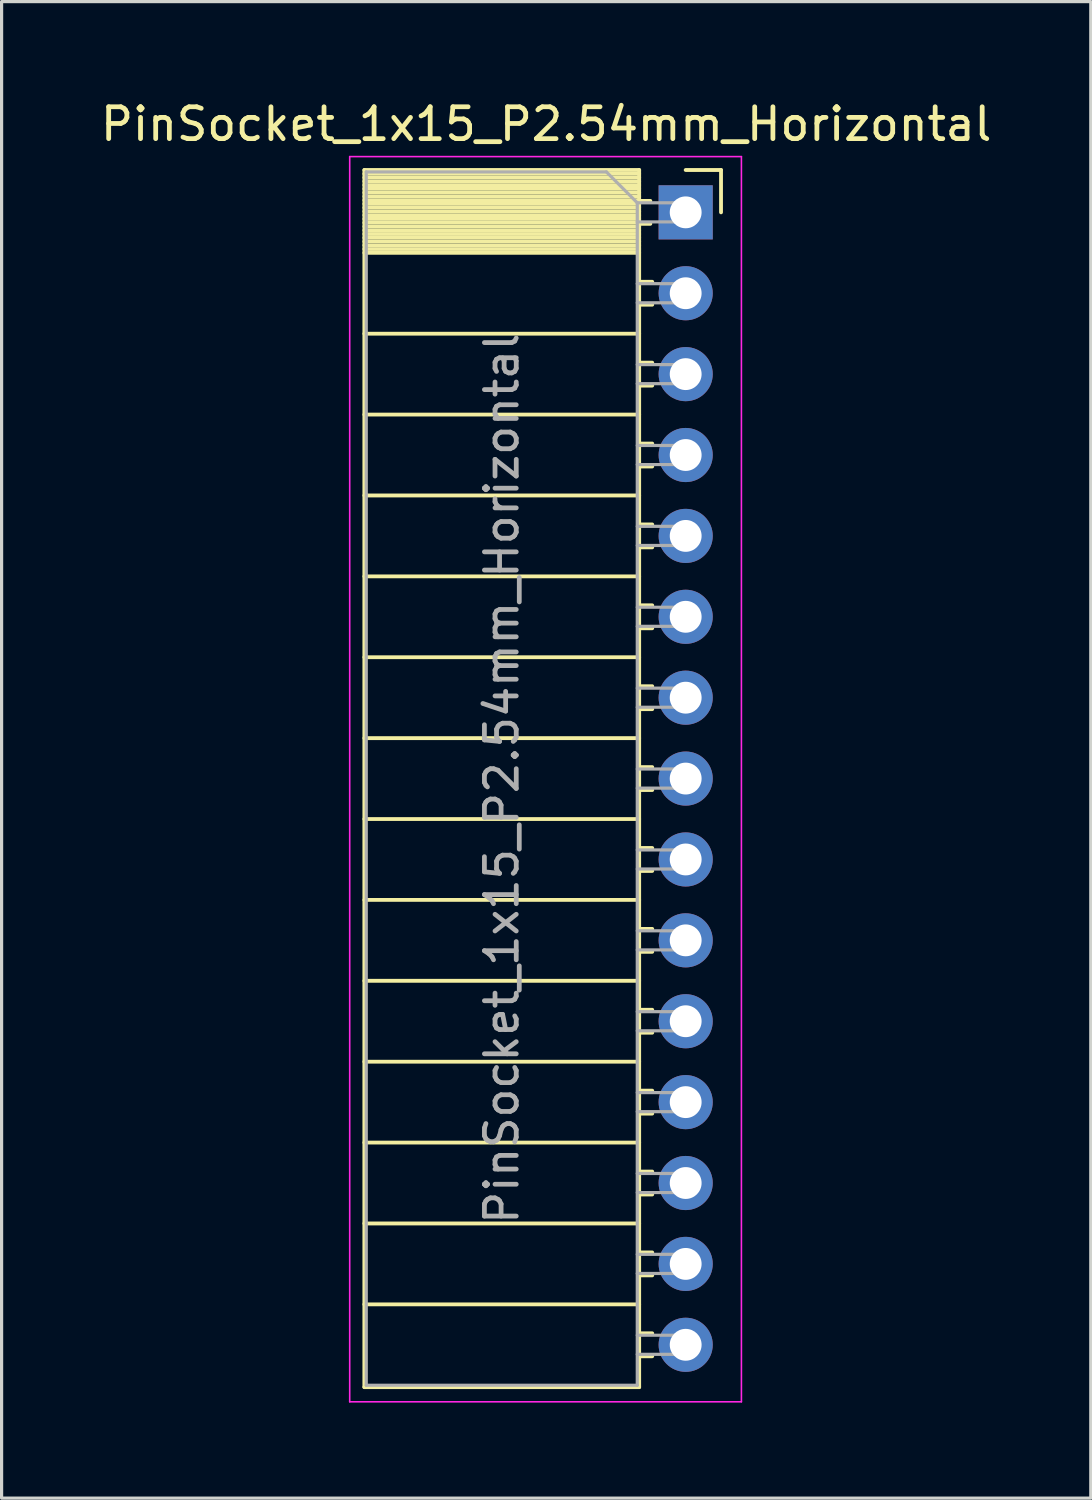
<source format=kicad_pcb>
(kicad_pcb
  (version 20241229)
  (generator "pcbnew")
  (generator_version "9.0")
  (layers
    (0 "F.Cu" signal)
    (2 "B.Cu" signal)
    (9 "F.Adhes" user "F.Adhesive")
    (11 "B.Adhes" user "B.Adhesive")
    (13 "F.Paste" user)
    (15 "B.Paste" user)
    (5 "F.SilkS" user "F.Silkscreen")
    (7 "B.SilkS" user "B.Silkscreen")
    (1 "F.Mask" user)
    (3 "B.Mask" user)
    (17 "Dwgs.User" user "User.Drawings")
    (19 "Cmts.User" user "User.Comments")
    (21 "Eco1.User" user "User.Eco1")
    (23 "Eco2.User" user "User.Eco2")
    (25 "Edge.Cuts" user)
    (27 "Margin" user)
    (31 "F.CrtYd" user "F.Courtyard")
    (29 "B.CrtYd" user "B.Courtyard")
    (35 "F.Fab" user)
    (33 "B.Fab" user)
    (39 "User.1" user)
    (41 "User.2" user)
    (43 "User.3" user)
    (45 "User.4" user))
  (footprint "PinSocket_1x15_P2.54mm_Horizontal"
    (layer "F.Cu")
    (at 18.481 3.618)
    (property "Reference" "PinSocket_1x15_P2.54mm_Horizontal" (at -4.38 -2.77 0) (layer "F.SilkS") (effects (font (size 1 1) (thickness 0.15))))
    (attr through_hole)
    (fp_line (start -10.09 -1.33) (end -10.09 36.89) (stroke (width 0.12) (type solid)) (layer "F.SilkS"))
    (fp_line (start -10.09 -1.33) (end -1.46 -1.33) (stroke (width 0.12) (type solid)) (layer "F.SilkS"))
    (fp_line (start -10.09 -1.21) (end -1.46 -1.21) (stroke (width 0.12) (type solid)) (layer "F.SilkS"))
    (fp_line (start -10.09 -1.092) (end -1.46 -1.092) (stroke (width 0.12) (type solid)) (layer "F.SilkS"))
    (fp_line (start -10.09 -0.974) (end -1.46 -0.974) (stroke (width 0.12) (type solid)) (layer "F.SilkS"))
    (fp_line (start -10.09 -0.856) (end -1.46 -0.856) (stroke (width 0.12) (type solid)) (layer "F.SilkS"))
    (fp_line (start -10.09 -0.738) (end -1.46 -0.738) (stroke (width 0.12) (type solid)) (layer "F.SilkS"))
    (fp_line (start -10.09 -0.62) (end -1.46 -0.62) (stroke (width 0.12) (type solid)) (layer "F.SilkS"))
    (fp_line (start -10.09 -0.501) (end -1.46 -0.501) (stroke (width 0.12) (type solid)) (layer "F.SilkS"))
    (fp_line (start -10.09 -0.383) (end -1.46 -0.383) (stroke (width 0.12) (type solid)) (layer "F.SilkS"))
    (fp_line (start -10.09 -0.265) (end -1.46 -0.265) (stroke (width 0.12) (type solid)) (layer "F.SilkS"))
    (fp_line (start -10.09 -0.147) (end -1.46 -0.147) (stroke (width 0.12) (type solid)) (layer "F.SilkS"))
    (fp_line (start -10.09 -0.029) (end -1.46 -0.029) (stroke (width 0.12) (type solid)) (layer "F.SilkS"))
    (fp_line (start -10.09 0.089) (end -1.46 0.089) (stroke (width 0.12) (type solid)) (layer "F.SilkS"))
    (fp_line (start -10.09 0.207) (end -1.46 0.207) (stroke (width 0.12) (type solid)) (layer "F.SilkS"))
    (fp_line (start -10.09 0.325) (end -1.46 0.325) (stroke (width 0.12) (type solid)) (layer "F.SilkS"))
    (fp_line (start -10.09 0.443) (end -1.46 0.443) (stroke (width 0.12) (type solid)) (layer "F.SilkS"))
    (fp_line (start -10.09 0.561) (end -1.46 0.561) (stroke (width 0.12) (type solid)) (layer "F.SilkS"))
    (fp_line (start -10.09 0.68) (end -1.46 0.68) (stroke (width 0.12) (type solid)) (layer "F.SilkS"))
    (fp_line (start -10.09 0.798) (end -1.46 0.798) (stroke (width 0.12) (type solid)) (layer "F.SilkS"))
    (fp_line (start -10.09 0.916) (end -1.46 0.916) (stroke (width 0.12) (type solid)) (layer "F.SilkS"))
    (fp_line (start -10.09 1.034) (end -1.46 1.034) (stroke (width 0.12) (type solid)) (layer "F.SilkS"))
    (fp_line (start -10.09 1.152) (end -1.46 1.152) (stroke (width 0.12) (type solid)) (layer "F.SilkS"))
    (fp_line (start -10.09 1.27) (end -1.46 1.27) (stroke (width 0.12) (type solid)) (layer "F.SilkS"))
    (fp_line (start -10.09 3.81) (end -1.46 3.81) (stroke (width 0.12) (type solid)) (layer "F.SilkS"))
    (fp_line (start -10.09 6.35) (end -1.46 6.35) (stroke (width 0.12) (type solid)) (layer "F.SilkS"))
    (fp_line (start -10.09 8.89) (end -1.46 8.89) (stroke (width 0.12) (type solid)) (layer "F.SilkS"))
    (fp_line (start -10.09 11.43) (end -1.46 11.43) (stroke (width 0.12) (type solid)) (layer "F.SilkS"))
    (fp_line (start -10.09 13.97) (end -1.46 13.97) (stroke (width 0.12) (type solid)) (layer "F.SilkS"))
    (fp_line (start -10.09 16.51) (end -1.46 16.51) (stroke (width 0.12) (type solid)) (layer "F.SilkS"))
    (fp_line (start -10.09 19.05) (end -1.46 19.05) (stroke (width 0.12) (type solid)) (layer "F.SilkS"))
    (fp_line (start -10.09 21.59) (end -1.46 21.59) (stroke (width 0.12) (type solid)) (layer "F.SilkS"))
    (fp_line (start -10.09 24.13) (end -1.46 24.13) (stroke (width 0.12) (type solid)) (layer "F.SilkS"))
    (fp_line (start -10.09 26.67) (end -1.46 26.67) (stroke (width 0.12) (type solid)) (layer "F.SilkS"))
    (fp_line (start -10.09 29.21) (end -1.46 29.21) (stroke (width 0.12) (type solid)) (layer "F.SilkS"))
    (fp_line (start -10.09 31.75) (end -1.46 31.75) (stroke (width 0.12) (type solid)) (layer "F.SilkS"))
    (fp_line (start -10.09 34.29) (end -1.46 34.29) (stroke (width 0.12) (type solid)) (layer "F.SilkS"))
    (fp_line (start -10.09 36.89) (end -1.46 36.89) (stroke (width 0.12) (type solid)) (layer "F.SilkS"))
    (fp_line (start -1.46 -1.33) (end -1.46 36.89) (stroke (width 0.12) (type solid)) (layer "F.SilkS"))
    (fp_line (start -1.46 -0.36) (end -1.11 -0.36) (stroke (width 0.12) (type solid)) (layer "F.SilkS"))
    (fp_line (start -1.46 0.36) (end -1.11 0.36) (stroke (width 0.12) (type solid)) (layer "F.SilkS"))
    (fp_line (start -1.46 2.18) (end -1.05 2.18) (stroke (width 0.12) (type solid)) (layer "F.SilkS"))
    (fp_line (start -1.46 2.9) (end -1.05 2.9) (stroke (width 0.12) (type solid)) (layer "F.SilkS"))
    (fp_line (start -1.46 4.72) (end -1.05 4.72) (stroke (width 0.12) (type solid)) (layer "F.SilkS"))
    (fp_line (start -1.46 5.44) (end -1.05 5.44) (stroke (width 0.12) (type solid)) (layer "F.SilkS"))
    (fp_line (start -1.46 7.26) (end -1.05 7.26) (stroke (width 0.12) (type solid)) (layer "F.SilkS"))
    (fp_line (start -1.46 7.98) (end -1.05 7.98) (stroke (width 0.12) (type solid)) (layer "F.SilkS"))
    (fp_line (start -1.46 9.8) (end -1.05 9.8) (stroke (width 0.12) (type solid)) (layer "F.SilkS"))
    (fp_line (start -1.46 10.52) (end -1.05 10.52) (stroke (width 0.12) (type solid)) (layer "F.SilkS"))
    (fp_line (start -1.46 12.34) (end -1.05 12.34) (stroke (width 0.12) (type solid)) (layer "F.SilkS"))
    (fp_line (start -1.46 13.06) (end -1.05 13.06) (stroke (width 0.12) (type solid)) (layer "F.SilkS"))
    (fp_line (start -1.46 14.88) (end -1.05 14.88) (stroke (width 0.12) (type solid)) (layer "F.SilkS"))
    (fp_line (start -1.46 15.6) (end -1.05 15.6) (stroke (width 0.12) (type solid)) (layer "F.SilkS"))
    (fp_line (start -1.46 17.42) (end -1.05 17.42) (stroke (width 0.12) (type solid)) (layer "F.SilkS"))
    (fp_line (start -1.46 18.14) (end -1.05 18.14) (stroke (width 0.12) (type solid)) (layer "F.SilkS"))
    (fp_line (start -1.46 19.96) (end -1.05 19.96) (stroke (width 0.12) (type solid)) (layer "F.SilkS"))
    (fp_line (start -1.46 20.68) (end -1.05 20.68) (stroke (width 0.12) (type solid)) (layer "F.SilkS"))
    (fp_line (start -1.46 22.5) (end -1.05 22.5) (stroke (width 0.12) (type solid)) (layer "F.SilkS"))
    (fp_line (start -1.46 23.22) (end -1.05 23.22) (stroke (width 0.12) (type solid)) (layer "F.SilkS"))
    (fp_line (start -1.46 25.04) (end -1.05 25.04) (stroke (width 0.12) (type solid)) (layer "F.SilkS"))
    (fp_line (start -1.46 25.76) (end -1.05 25.76) (stroke (width 0.12) (type solid)) (layer "F.SilkS"))
    (fp_line (start -1.46 27.58) (end -1.05 27.58) (stroke (width 0.12) (type solid)) (layer "F.SilkS"))
    (fp_line (start -1.46 28.3) (end -1.05 28.3) (stroke (width 0.12) (type solid)) (layer "F.SilkS"))
    (fp_line (start -1.46 30.12) (end -1.05 30.12) (stroke (width 0.12) (type solid)) (layer "F.SilkS"))
    (fp_line (start -1.46 30.84) (end -1.05 30.84) (stroke (width 0.12) (type solid)) (layer "F.SilkS"))
    (fp_line (start -1.46 32.66) (end -1.05 32.66) (stroke (width 0.12) (type solid)) (layer "F.SilkS"))
    (fp_line (start -1.46 33.38) (end -1.05 33.38) (stroke (width 0.12) (type solid)) (layer "F.SilkS"))
    (fp_line (start -1.46 35.2) (end -1.05 35.2) (stroke (width 0.12) (type solid)) (layer "F.SilkS"))
    (fp_line (start -1.46 35.92) (end -1.05 35.92) (stroke (width 0.12) (type solid)) (layer "F.SilkS"))
    (fp_line (start 0 -1.33) (end 1.11 -1.33) (stroke (width 0.12) (type solid)) (layer "F.SilkS"))
    (fp_line (start 1.11 -1.33) (end 1.11 0) (stroke (width 0.12) (type solid)) (layer "F.SilkS"))
    (fp_line (start -10.55 -1.75) (end -10.55 37.35) (stroke (width 0.05) (type solid)) (layer "F.CrtYd"))
    (fp_line (start -10.55 37.35) (end 1.75 37.35) (stroke (width 0.05) (type solid)) (layer "F.CrtYd"))
    (fp_line (start 1.75 -1.75) (end -10.55 -1.75) (stroke (width 0.05) (type solid)) (layer "F.CrtYd"))
    (fp_line (start 1.75 37.35) (end 1.75 -1.75) (stroke (width 0.05) (type solid)) (layer "F.CrtYd"))
    (fp_line (start -10.03 -1.27) (end -2.49 -1.27) (stroke (width 0.1) (type solid)) (layer "F.Fab"))
    (fp_line (start -10.03 36.83) (end -10.03 -1.27) (stroke (width 0.1) (type solid)) (layer "F.Fab"))
    (fp_line (start -2.49 -1.27) (end -1.52 -0.3) (stroke (width 0.1) (type solid)) (layer "F.Fab"))
    (fp_line (start -1.52 -0.3) (end -1.52 36.83) (stroke (width 0.1) (type solid)) (layer "F.Fab"))
    (fp_line (start -1.52 0.3) (end 0 0.3) (stroke (width 0.1) (type solid)) (layer "F.Fab"))
    (fp_line (start -1.52 2.84) (end 0 2.84) (stroke (width 0.1) (type solid)) (layer "F.Fab"))
    (fp_line (start -1.52 5.38) (end 0 5.38) (stroke (width 0.1) (type solid)) (layer "F.Fab"))
    (fp_line (start -1.52 7.92) (end 0 7.92) (stroke (width 0.1) (type solid)) (layer "F.Fab"))
    (fp_line (start -1.52 10.46) (end 0 10.46) (stroke (width 0.1) (type solid)) (layer "F.Fab"))
    (fp_line (start -1.52 13) (end 0 13) (stroke (width 0.1) (type solid)) (layer "F.Fab"))
    (fp_line (start -1.52 15.54) (end 0 15.54) (stroke (width 0.1) (type solid)) (layer "F.Fab"))
    (fp_line (start -1.52 18.08) (end 0 18.08) (stroke (width 0.1) (type solid)) (layer "F.Fab"))
    (fp_line (start -1.52 20.62) (end 0 20.62) (stroke (width 0.1) (type solid)) (layer "F.Fab"))
    (fp_line (start -1.52 23.16) (end 0 23.16) (stroke (width 0.1) (type solid)) (layer "F.Fab"))
    (fp_line (start -1.52 25.7) (end 0 25.7) (stroke (width 0.1) (type solid)) (layer "F.Fab"))
    (fp_line (start -1.52 28.24) (end 0 28.24) (stroke (width 0.1) (type solid)) (layer "F.Fab"))
    (fp_line (start -1.52 30.78) (end 0 30.78) (stroke (width 0.1) (type solid)) (layer "F.Fab"))
    (fp_line (start -1.52 33.32) (end 0 33.32) (stroke (width 0.1) (type solid)) (layer "F.Fab"))
    (fp_line (start -1.52 35.86) (end 0 35.86) (stroke (width 0.1) (type solid)) (layer "F.Fab"))
    (fp_line (start -1.52 36.83) (end -10.03 36.83) (stroke (width 0.1) (type solid)) (layer "F.Fab"))
    (fp_line (start 0 -0.3) (end -1.52 -0.3) (stroke (width 0.1) (type solid)) (layer "F.Fab"))
    (fp_line (start 0 0.3) (end 0 -0.3) (stroke (width 0.1) (type solid)) (layer "F.Fab"))
    (fp_line (start 0 2.24) (end -1.52 2.24) (stroke (width 0.1) (type solid)) (layer "F.Fab"))
    (fp_line (start 0 2.84) (end 0 2.24) (stroke (width 0.1) (type solid)) (layer "F.Fab"))
    (fp_line (start 0 4.78) (end -1.52 4.78) (stroke (width 0.1) (type solid)) (layer "F.Fab"))
    (fp_line (start 0 5.38) (end 0 4.78) (stroke (width 0.1) (type solid)) (layer "F.Fab"))
    (fp_line (start 0 7.32) (end -1.52 7.32) (stroke (width 0.1) (type solid)) (layer "F.Fab"))
    (fp_line (start 0 7.92) (end 0 7.32) (stroke (width 0.1) (type solid)) (layer "F.Fab"))
    (fp_line (start 0 9.86) (end -1.52 9.86) (stroke (width 0.1) (type solid)) (layer "F.Fab"))
    (fp_line (start 0 10.46) (end 0 9.86) (stroke (width 0.1) (type solid)) (layer "F.Fab"))
    (fp_line (start 0 12.4) (end -1.52 12.4) (stroke (width 0.1) (type solid)) (layer "F.Fab"))
    (fp_line (start 0 13) (end 0 12.4) (stroke (width 0.1) (type solid)) (layer "F.Fab"))
    (fp_line (start 0 14.94) (end -1.52 14.94) (stroke (width 0.1) (type solid)) (layer "F.Fab"))
    (fp_line (start 0 15.54) (end 0 14.94) (stroke (width 0.1) (type solid)) (layer "F.Fab"))
    (fp_line (start 0 17.48) (end -1.52 17.48) (stroke (width 0.1) (type solid)) (layer "F.Fab"))
    (fp_line (start 0 18.08) (end 0 17.48) (stroke (width 0.1) (type solid)) (layer "F.Fab"))
    (fp_line (start 0 20.02) (end -1.52 20.02) (stroke (width 0.1) (type solid)) (layer "F.Fab"))
    (fp_line (start 0 20.62) (end 0 20.02) (stroke (width 0.1) (type solid)) (layer "F.Fab"))
    (fp_line (start 0 22.56) (end -1.52 22.56) (stroke (width 0.1) (type solid)) (layer "F.Fab"))
    (fp_line (start 0 23.16) (end 0 22.56) (stroke (width 0.1) (type solid)) (layer "F.Fab"))
    (fp_line (start 0 25.1) (end -1.52 25.1) (stroke (width 0.1) (type solid)) (layer "F.Fab"))
    (fp_line (start 0 25.7) (end 0 25.1) (stroke (width 0.1) (type solid)) (layer "F.Fab"))
    (fp_line (start 0 27.64) (end -1.52 27.64) (stroke (width 0.1) (type solid)) (layer "F.Fab"))
    (fp_line (start 0 28.24) (end 0 27.64) (stroke (width 0.1) (type solid)) (layer "F.Fab"))
    (fp_line (start 0 30.18) (end -1.52 30.18) (stroke (width 0.1) (type solid)) (layer "F.Fab"))
    (fp_line (start 0 30.78) (end 0 30.18) (stroke (width 0.1) (type solid)) (layer "F.Fab"))
    (fp_line (start 0 32.72) (end -1.52 32.72) (stroke (width 0.1) (type solid)) (layer "F.Fab"))
    (fp_line (start 0 33.32) (end 0 32.72) (stroke (width 0.1) (type solid)) (layer "F.Fab"))
    (fp_line (start 0 35.26) (end -1.52 35.26) (stroke (width 0.1) (type solid)) (layer "F.Fab"))
    (fp_line (start 0 35.86) (end 0 35.26) (stroke (width 0.1) (type solid)) (layer "F.Fab"))
    (fp_text user "${REFERENCE}" (at -5.775 17.78 90) (layer "F.Fab") (effects (font (size 1 1) (thickness 0.15))))
    (pad "1" thru_hole rect (at 0 0) (size 1.7 1.7) (drill 1) (layers "*.Cu" "*.Mask"))
    (pad "2" thru_hole circle (at 0 2.54) (size 1.7 1.7) (drill 1) (layers "*.Cu" "*.Mask"))
    (pad "3" thru_hole circle (at 0 5.08) (size 1.7 1.7) (drill 1) (layers "*.Cu" "*.Mask"))
    (pad "4" thru_hole circle (at 0 7.62) (size 1.7 1.7) (drill 1) (layers "*.Cu" "*.Mask"))
    (pad "5" thru_hole circle (at 0 10.16) (size 1.7 1.7) (drill 1) (layers "*.Cu" "*.Mask"))
    (pad "6" thru_hole circle (at 0 12.7) (size 1.7 1.7) (drill 1) (layers "*.Cu" "*.Mask"))
    (pad "7" thru_hole circle (at 0 15.24) (size 1.7 1.7) (drill 1) (layers "*.Cu" "*.Mask"))
    (pad "8" thru_hole circle (at 0 17.78) (size 1.7 1.7) (drill 1) (layers "*.Cu" "*.Mask"))
    (pad "9" thru_hole circle (at 0 20.32) (size 1.7 1.7) (drill 1) (layers "*.Cu" "*.Mask"))
    (pad "10" thru_hole circle (at 0 22.86) (size 1.7 1.7) (drill 1) (layers "*.Cu" "*.Mask"))
    (pad "11" thru_hole circle (at 0 25.4) (size 1.7 1.7) (drill 1) (layers "*.Cu" "*.Mask"))
    (pad "12" thru_hole circle (at 0 27.94) (size 1.7 1.7) (drill 1) (layers "*.Cu" "*.Mask"))
    (pad "13" thru_hole circle (at 0 30.48) (size 1.7 1.7) (drill 1) (layers "*.Cu" "*.Mask"))
    (pad "14" thru_hole circle (at 0 33.02) (size 1.7 1.7) (drill 1) (layers "*.Cu" "*.Mask"))
    (pad "15" thru_hole circle (at 0 35.56) (size 1.7 1.7) (drill 1) (layers "*.Cu" "*.Mask")))
  (gr_rect
    (start -3 -3)
    (end 31.202 43.993)
    (stroke (width 0.1) (type default))
    (fill no)
    (layer "Edge.Cuts")))
</source>
